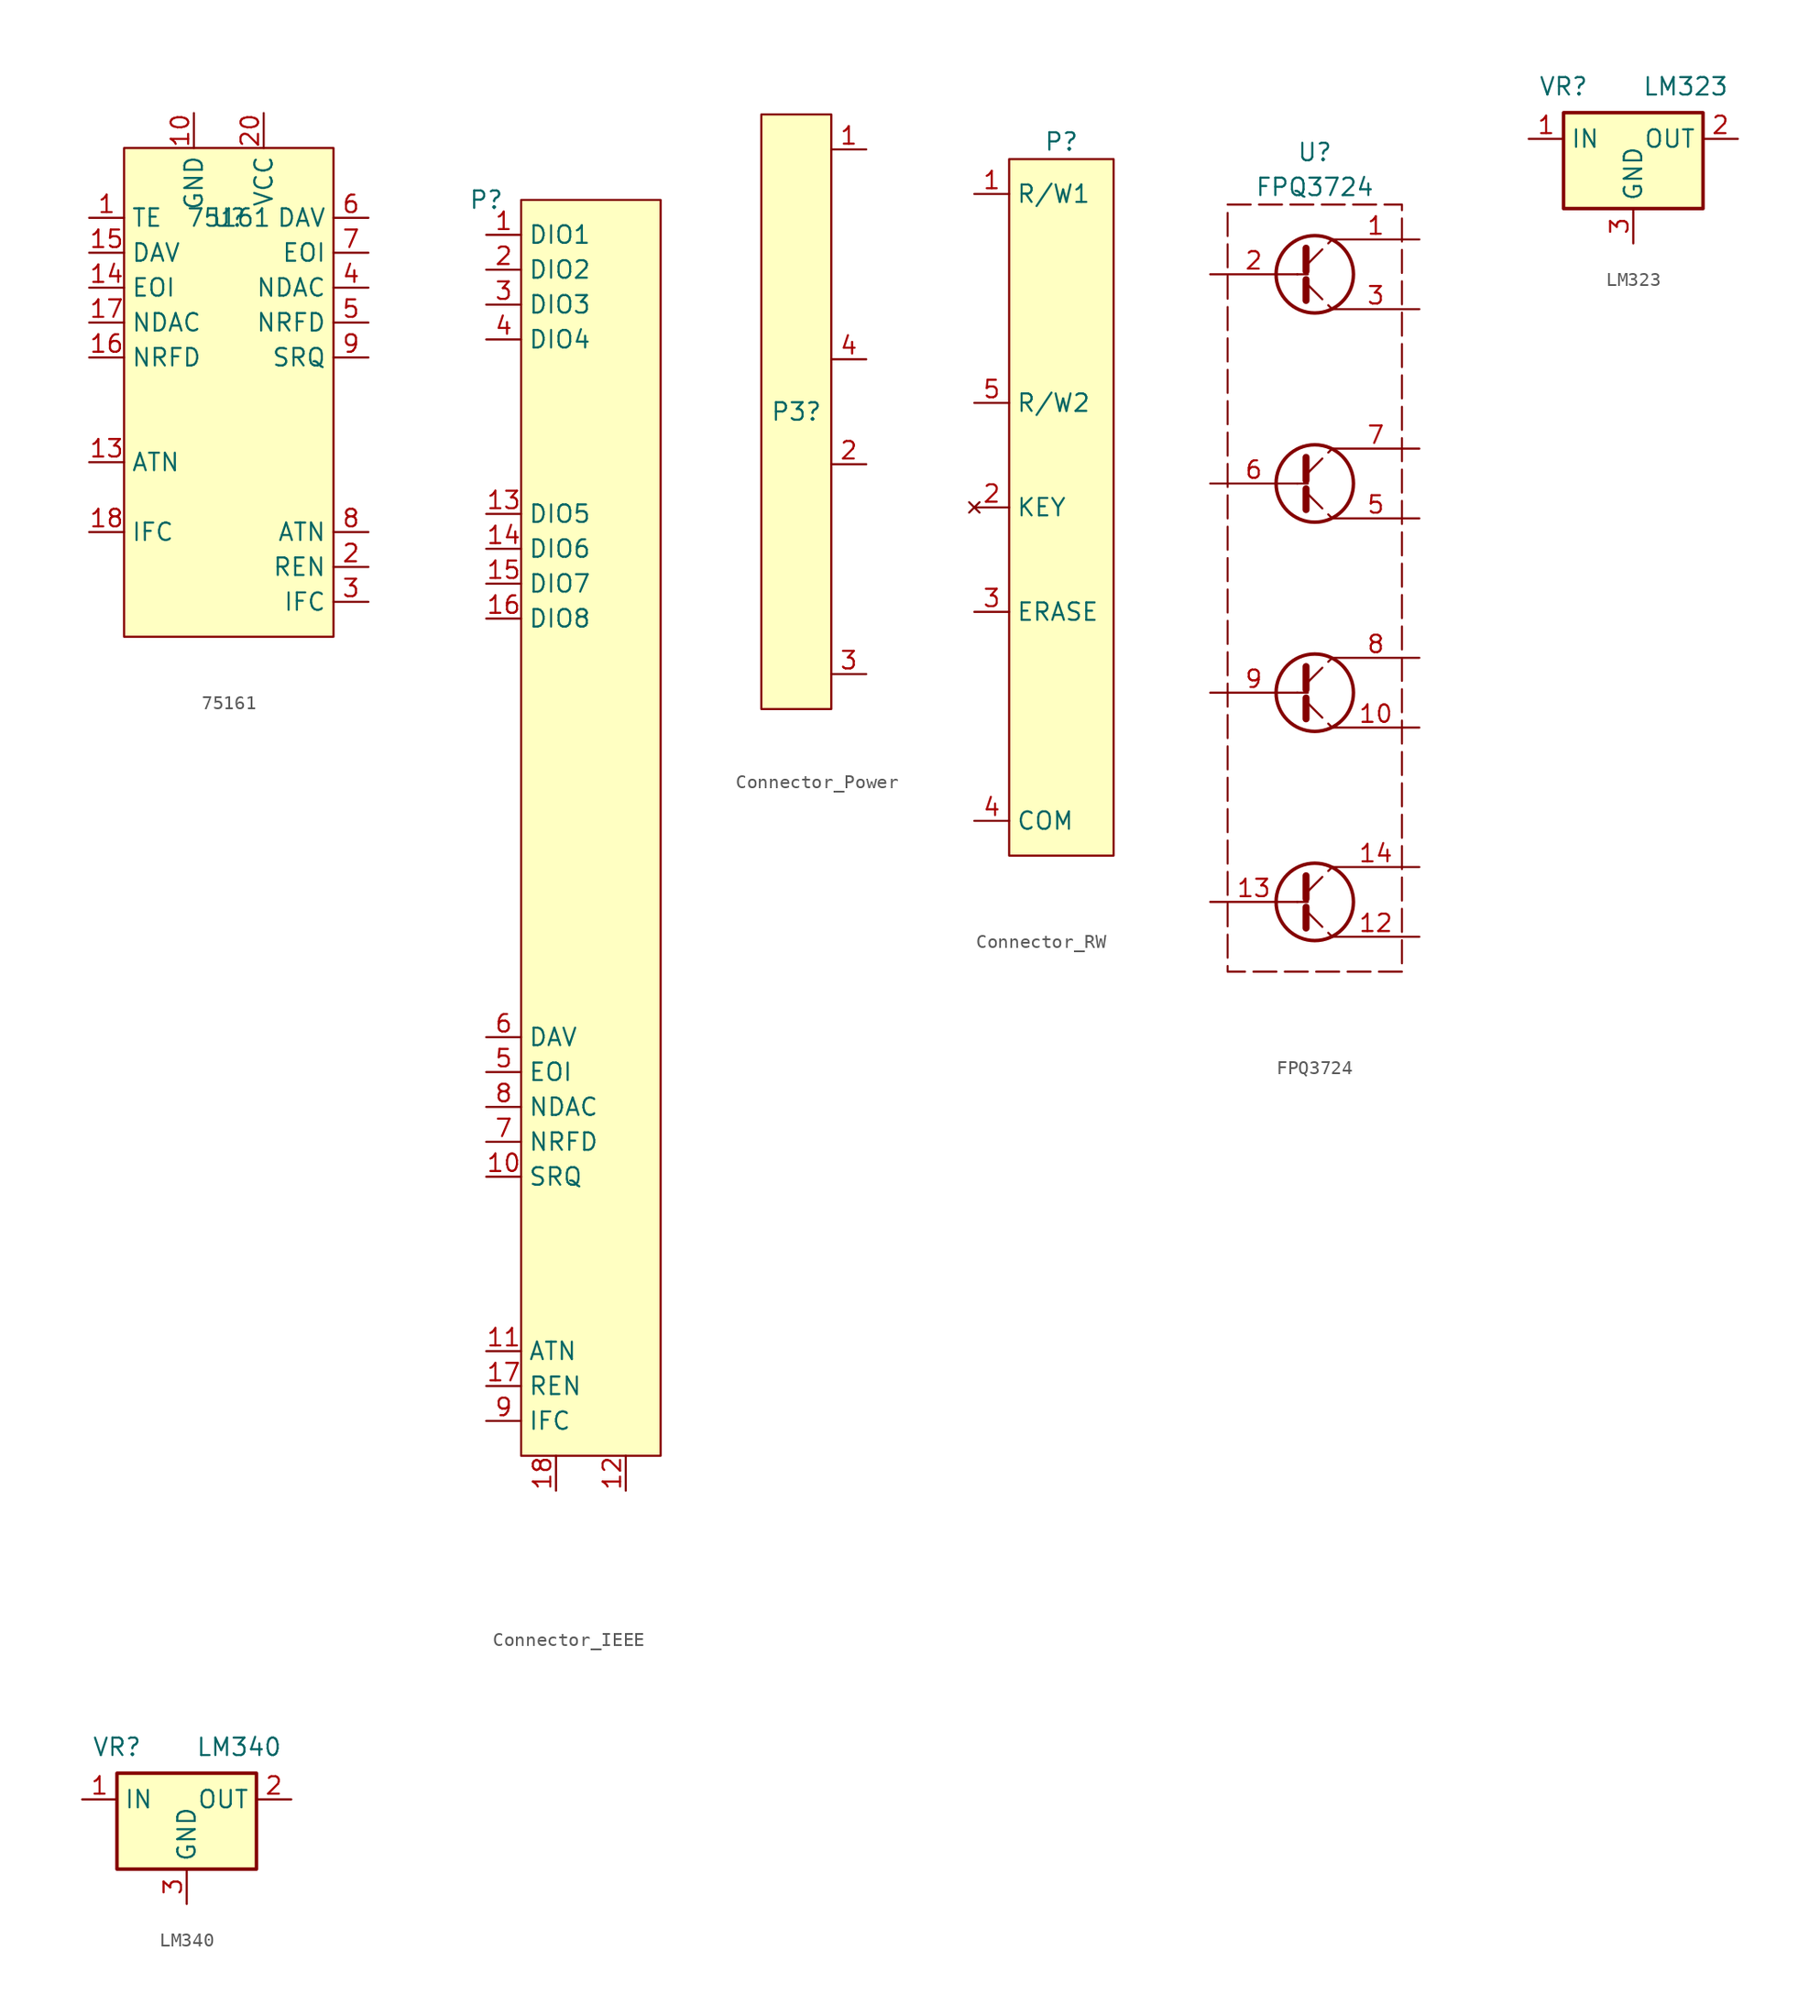
<source format=kicad_sym>
(kicad_symbol_lib
  (version 20220914)
  (generator kicad_symbol_editor)
  (symbol "75161"
    (property "Reference" "U"
      (at 0 12.7 0)
      (effects (font (size 1.27 1.27))))
    (property "Value" "75161"
      (at 0 12.7 0)
      (effects (font (size 1.27 1.27))))
    (symbol "75161_0_1"
      (rectangle (start -7.62 17.78) (end 7.62 -17.78) (stroke (width 0) (type default)) (fill (type background))))
    (symbol "75161_1_1"
      (pin input line (at -10.16 12.7 0) (length 2.54) (name "TE" (effects (font (size 1.27 1.27)))) (number "1" (effects (font (size 1.27 1.27)))))
      (pin power_in line (at -2.54 20.32 270) (length 2.54) (name "GND" (effects (font (size 1.27 1.27)))) (number "10" (effects (font (size 1.27 1.27)))))
      (pin bidirectional line (at -10.16 -5.08 0) (length 2.54) (name "ATN" (effects (font (size 1.27 1.27)))) (number "13" (effects (font (size 1.27 1.27)))))
      (pin bidirectional line (at -10.16 7.62 0) (length 2.54) (name "EOI" (effects (font (size 1.27 1.27)))) (number "14" (effects (font (size 1.27 1.27)))))
      (pin bidirectional line (at -10.16 10.16 0) (length 2.54) (name "DAV" (effects (font (size 1.27 1.27)))) (number "15" (effects (font (size 1.27 1.27)))))
      (pin bidirectional line (at -10.16 2.54 0) (length 2.54) (name "NRFD" (effects (font (size 1.27 1.27)))) (number "16" (effects (font (size 1.27 1.27)))))
      (pin bidirectional line (at -10.16 5.08 0) (length 2.54) (name "NDAC" (effects (font (size 1.27 1.27)))) (number "17" (effects (font (size 1.27 1.27)))))
      (pin bidirectional line (at -10.16 -10.16 0) (length 2.54) (name "IFC" (effects (font (size 1.27 1.27)))) (number "18" (effects (font (size 1.27 1.27)))))
      (pin bidirectional line (at 10.16 -12.7 180) (length 2.54) (name "REN" (effects (font (size 1.27 1.27)))) (number "2" (effects (font (size 1.27 1.27)))))
      (pin power_in line (at 2.54 20.32 270) (length 2.54) (name "VCC" (effects (font (size 1.27 1.27)))) (number "20" (effects (font (size 1.27 1.27)))))
      (pin bidirectional line (at 10.16 -15.24 180) (length 2.54) (name "IFC" (effects (font (size 1.27 1.27)))) (number "3" (effects (font (size 1.27 1.27)))))
      (pin bidirectional line (at 10.16 7.62 180) (length 2.54) (name "NDAC" (effects (font (size 1.27 1.27)))) (number "4" (effects (font (size 1.27 1.27)))))
      (pin bidirectional line (at 10.16 5.08 180) (length 2.54) (name "NRFD" (effects (font (size 1.27 1.27)))) (number "5" (effects (font (size 1.27 1.27)))))
      (pin bidirectional line (at 10.16 12.7 180) (length 2.54) (name "DAV" (effects (font (size 1.27 1.27)))) (number "6" (effects (font (size 1.27 1.27)))))
      (pin bidirectional line (at 10.16 10.16 180) (length 2.54) (name "EOI" (effects (font (size 1.27 1.27)))) (number "7" (effects (font (size 1.27 1.27)))))
      (pin bidirectional line (at 10.16 -10.16 180) (length 2.54) (name "ATN" (effects (font (size 1.27 1.27)))) (number "8" (effects (font (size 1.27 1.27)))))
      (pin bidirectional line (at 10.16 2.54 180) (length 2.54) (name "SRQ" (effects (font (size 1.27 1.27)))) (number "9" (effects (font (size 1.27 1.27)))))))
  (symbol "Connector_IEEE"
    (property "Reference" "P"
      (at 0 0 0)
      (effects (font (size 1.27 1.27))))
    (property "Value" ""
      (at 0 0 0)
      (effects (font (size 1.27 1.27))))
    (symbol "Connector_IEEE_0_1"
      (rectangle (start 2.54 0) (end 12.7 -91.44) (stroke (width 0) (type default)) (fill (type background))))
    (symbol "Connector_IEEE_1_1"
      (pin passive line (at 0 -2.54 0) (length 2.54) (name "DIO1" (effects (font (size 1.27 1.27)))) (number "1" (effects (font (size 1.27 1.27)))))
      (pin passive line (at 0 -71.12 0) (length 2.54) (name "SRQ" (effects (font (size 1.27 1.27)))) (number "10" (effects (font (size 1.27 1.27)))))
      (pin passive line (at 0 -83.82 0) (length 2.54) (name "ATN" (effects (font (size 1.27 1.27)))) (number "11" (effects (font (size 1.27 1.27)))))
      (pin passive line (at 10.16 -93.98 90) (length 2.54) (name "" (effects (font (size 1.27 1.27)))) (number "12" (effects (font (size 1.27 1.27)))))
      (pin passive line (at 0 -22.86 0) (length 2.54) (name "DIO5" (effects (font (size 1.27 1.27)))) (number "13" (effects (font (size 1.27 1.27)))))
      (pin passive line (at 0 -25.4 0) (length 2.54) (name "DIO6" (effects (font (size 1.27 1.27)))) (number "14" (effects (font (size 1.27 1.27)))))
      (pin passive line (at 0 -27.94 0) (length 2.54) (name "DIO7" (effects (font (size 1.27 1.27)))) (number "15" (effects (font (size 1.27 1.27)))))
      (pin passive line (at 0 -30.48 0) (length 2.54) (name "DIO8" (effects (font (size 1.27 1.27)))) (number "16" (effects (font (size 1.27 1.27)))))
      (pin passive line (at 0 -86.36 0) (length 2.54) (name "REN" (effects (font (size 1.27 1.27)))) (number "17" (effects (font (size 1.27 1.27)))))
      (pin passive line (at 5.08 -93.98 90) (length 2.54) (name "" (effects (font (size 1.27 1.27)))) (number "18" (effects (font (size 1.27 1.27)))))
      (pin passive line (at 5.08 -93.98 90) (length 2.54) hide (name "" (effects (font (size 1.27 1.27)))) (number "19" (effects (font (size 1.27 1.27)))))
      (pin passive line (at 0 -5.08 0) (length 2.54) (name "DIO2" (effects (font (size 1.27 1.27)))) (number "2" (effects (font (size 1.27 1.27)))))
      (pin passive line (at 5.08 -93.98 90) (length 2.54) hide (name "" (effects (font (size 1.27 1.27)))) (number "20" (effects (font (size 1.27 1.27)))))
      (pin passive line (at 5.08 -93.98 90) (length 2.54) hide (name "" (effects (font (size 1.27 1.27)))) (number "21" (effects (font (size 1.27 1.27)))))
      (pin passive line (at 5.08 -93.98 90) (length 2.54) hide (name "" (effects (font (size 1.27 1.27)))) (number "23" (effects (font (size 1.27 1.27)))))
      (pin passive line (at 5.08 -93.98 90) (length 2.54) hide (name "" (effects (font (size 1.27 1.27)))) (number "24" (effects (font (size 1.27 1.27)))))
      (pin passive line (at 0 -7.62 0) (length 2.54) (name "DIO3" (effects (font (size 1.27 1.27)))) (number "3" (effects (font (size 1.27 1.27)))))
      (pin passive line (at 0 -10.16 0) (length 2.54) (name "DIO4" (effects (font (size 1.27 1.27)))) (number "4" (effects (font (size 1.27 1.27)))))
      (pin passive line (at 0 -63.5 0) (length 2.54) (name "EOI" (effects (font (size 1.27 1.27)))) (number "5" (effects (font (size 1.27 1.27)))))
      (pin passive line (at 0 -60.96 0) (length 2.54) (name "DAV" (effects (font (size 1.27 1.27)))) (number "6" (effects (font (size 1.27 1.27)))))
      (pin passive line (at 0 -68.58 0) (length 2.54) (name "NRFD" (effects (font (size 1.27 1.27)))) (number "7" (effects (font (size 1.27 1.27)))))
      (pin passive line (at 0 -66.04 0) (length 2.54) (name "NDAC" (effects (font (size 1.27 1.27)))) (number "8" (effects (font (size 1.27 1.27)))))
      (pin passive line (at 0 -88.9 0) (length 2.54) (name "IFC" (effects (font (size 1.27 1.27)))) (number "9" (effects (font (size 1.27 1.27)))))))
  (symbol "Connector_Power"
    (property "Reference" "P3"
      (at 0 0 0)
      (effects (font (size 1.27 1.27))))
    (property "Value" ""
      (at 5.08 13.97 0)
      (effects (font (size 1.27 1.27))))
    (symbol "Connector_Power_0_1"
      (rectangle (start -2.54 21.59) (end 2.54 -21.59) (stroke (width 0) (type default)) (fill (type background))))
    (symbol "Connector_Power_1_1"
      (pin power_out line (at 5.08 19.05 180) (length 2.54) (name "" (effects (font (size 1.27 1.27)))) (number "1" (effects (font (size 1.27 1.27)))))
      (pin power_out line (at 5.08 -3.81 180) (length 2.54) (name "" (effects (font (size 1.27 1.27)))) (number "2" (effects (font (size 1.27 1.27)))))
      (pin power_out line (at 5.08 -19.05 180) (length 2.54) (name "" (effects (font (size 1.27 1.27)))) (number "3" (effects (font (size 1.27 1.27)))))
      (pin power_out line (at 5.08 3.81 180) (length 2.54) (name "" (effects (font (size 1.27 1.27)))) (number "4" (effects (font (size 1.27 1.27)))))))
  (symbol "Connector_RW"
    (property "Reference" "P"
      (at 0 26.67 0)
      (effects (font (size 1.27 1.27))))
    (property "Value" ""
      (at -6.35 22.86 0)
      (effects (font (size 1.27 1.27))))
    (symbol "Connector_RW_0_1"
      (rectangle (start -3.81 25.4) (end 3.81 -25.4) (stroke (width 0) (type default)) (fill (type background))))
    (symbol "Connector_RW_1_1"
      (pin passive line (at -6.35 22.86 0) (length 2.54) (name "R/W1" (effects (font (size 1.27 1.27)))) (number "1" (effects (font (size 1.27 1.27)))))
      (pin no_connect line (at -6.35 0 0) (length 2.54) (name "KEY" (effects (font (size 1.27 1.27)))) (number "2" (effects (font (size 1.27 1.27)))))
      (pin passive line (at -6.35 -7.62 0) (length 2.54) (name "ERASE" (effects (font (size 1.27 1.27)))) (number "3" (effects (font (size 1.27 1.27)))))
      (pin passive line (at -6.35 -22.86 0) (length 2.54) (name "COM" (effects (font (size 1.27 1.27)))) (number "4" (effects (font (size 1.27 1.27)))))
      (pin passive line (at -6.35 7.62 0) (length 2.54) (name "R/W2" (effects (font (size 1.27 1.27)))) (number "5" (effects (font (size 1.27 1.27)))))))
  (symbol "FPQ3724"
    (property "Reference" "U"
      (at 0 31.75 0)
      (effects (font (size 1.27 1.27))))
    (property "Value" "FPQ3724"
      (at 0 29.21 0)
      (effects (font (size 1.27 1.27))))
    (symbol "FPQ3724_0_1"
      (rectangle (start -6.35 27.94) (end 6.35 -27.94) (stroke (width 0) (type dash)) (fill (type none)))
      (circle (center 0 -22.86) (radius 2.819) (stroke (width 0.254) (type default)) (fill (type none)))
      (circle (center 0 -7.62) (radius 2.819) (stroke (width 0.254) (type default)) (fill (type none)))
      (polyline (pts (xy -1.27 -22.86) (xy -0.508 -22.86)) (stroke (width 0) (type default)) (fill (type none)))
      (polyline (pts (xy -1.27 -7.62) (xy -0.508 -7.62)) (stroke (width 0) (type default)) (fill (type none)))
      (polyline (pts (xy -1.27 7.62) (xy -0.508 7.62)) (stroke (width 0) (type default)) (fill (type none)))
      (polyline (pts (xy -1.27 22.86) (xy -0.508 22.86)) (stroke (width 0) (type default)) (fill (type none)))
      (polyline (pts (xy -0.635 -22.225) (xy 1.27 -20.32)) (stroke (width 0) (type default)) (fill (type none)))
      (polyline (pts (xy -0.635 -6.985) (xy 1.27 -5.08)) (stroke (width 0) (type default)) (fill (type none)))
      (polyline (pts (xy -0.635 8.255) (xy 1.27 10.16)) (stroke (width 0) (type default)) (fill (type none)))
      (polyline (pts (xy -0.635 23.495) (xy 1.27 25.4)) (stroke (width 0) (type default)) (fill (type none)))
      (polyline (pts (xy -0.635 -23.495) (xy 1.27 -25.4) (xy 1.27 -25.4)) (stroke (width 0) (type default)) (fill (type none)))
      (polyline (pts (xy -0.635 -20.955) (xy -0.635 -24.765) (xy -0.635 -24.765)) (stroke (width 0.508) (type default)) (fill (type none)))
      (polyline (pts (xy -0.635 -8.255) (xy 1.27 -10.16) (xy 1.27 -10.16)) (stroke (width 0) (type default)) (fill (type none)))
      (polyline (pts (xy -0.635 -5.715) (xy -0.635 -9.525) (xy -0.635 -9.525)) (stroke (width 0.508) (type default)) (fill (type none)))
      (polyline (pts (xy -0.635 6.985) (xy 1.27 5.08) (xy 1.27 5.08)) (stroke (width 0) (type default)) (fill (type none)))
      (polyline (pts (xy -0.635 9.525) (xy -0.635 5.715) (xy -0.635 5.715)) (stroke (width 0.508) (type default)) (fill (type none)))
      (polyline (pts (xy -0.635 22.225) (xy 1.27 20.32) (xy 1.27 20.32)) (stroke (width 0) (type default)) (fill (type none)))
      (polyline (pts (xy -0.635 24.765) (xy -0.635 20.955) (xy -0.635 20.955)) (stroke (width 0.508) (type default)) (fill (type none)))
      (circle (center 0 7.62) (radius 2.819) (stroke (width 0.254) (type default)) (fill (type none)))
      (circle (center 0 22.86) (radius 2.819) (stroke (width 0.254) (type default)) (fill (type none))))
    (symbol "FPQ3724_1_1"
      (pin passive line (at 7.62 25.4 180) (length 6.35) (name "" (effects (font (size 1.27 1.27)))) (number "1" (effects (font (size 1.27 1.27)))))
      (pin passive line (at 7.62 -10.16 180) (length 6.35) (name "" (effects (font (size 1.27 1.27)))) (number "10" (effects (font (size 1.27 1.27)))))
      (pin passive line (at 7.62 -25.4 180) (length 6.35) (name "" (effects (font (size 1.27 1.27)))) (number "12" (effects (font (size 1.27 1.27)))))
      (pin passive line (at -7.62 -22.86 0) (length 6.35) (name "" (effects (font (size 1.27 1.27)))) (number "13" (effects (font (size 1.27 1.27)))))
      (pin passive line (at 7.62 -20.32 180) (length 6.35) (name "" (effects (font (size 1.27 1.27)))) (number "14" (effects (font (size 1.27 1.27)))))
      (pin passive line (at -7.62 22.86 0) (length 6.35) (name "" (effects (font (size 1.27 1.27)))) (number "2" (effects (font (size 1.27 1.27)))))
      (pin passive line (at 7.62 20.32 180) (length 6.35) (name "" (effects (font (size 1.27 1.27)))) (number "3" (effects (font (size 1.27 1.27)))))
      (pin passive line (at 7.62 5.08 180) (length 6.35) (name "" (effects (font (size 1.27 1.27)))) (number "5" (effects (font (size 1.27 1.27)))))
      (pin passive line (at -7.62 7.62 0) (length 6.35) (name "" (effects (font (size 1.27 1.27)))) (number "6" (effects (font (size 1.27 1.27)))))
      (pin passive line (at 7.62 10.16 180) (length 6.35) (name "" (effects (font (size 1.27 1.27)))) (number "7" (effects (font (size 1.27 1.27)))))
      (pin passive line (at 7.62 -5.08 180) (length 6.35) (name "" (effects (font (size 1.27 1.27)))) (number "8" (effects (font (size 1.27 1.27)))))
      (pin passive line (at -7.62 -7.62 0) (length 6.35) (name "" (effects (font (size 1.27 1.27)))) (number "9" (effects (font (size 1.27 1.27)))))))
  (symbol "LM323"
    (property "Reference" "VR"
      (at -5.08 3.81 0)
      (effects (font (size 1.27 1.27))))
    (property "Value" "LM323"
      (at 3.81 3.81 0)
      (effects (font (size 1.27 1.27))))
    (symbol "LM323_0_1"
      (rectangle (start -5.08 1.905) (end 5.08 -5.08) (stroke (width 0.254) (type default)) (fill (type background))))
    (symbol "LM323_1_1"
      (pin power_in line (at -7.62 0 0) (length 2.54) (name "IN" (effects (font (size 1.27 1.27)))) (number "1" (effects (font (size 1.27 1.27)))))
      (pin power_out line (at 7.62 0 180) (length 2.54) (name "OUT" (effects (font (size 1.27 1.27)))) (number "2" (effects (font (size 1.27 1.27)))))
      (pin power_in line (at 0 -7.62 90) (length 2.54) (name "GND" (effects (font (size 1.27 1.27)))) (number "3" (effects (font (size 1.27 1.27)))))))
  (symbol "LM340"
    (property "Reference" "VR"
      (at -5.08 3.81 0)
      (effects (font (size 1.27 1.27))))
    (property "Value" "LM340"
      (at 3.81 3.81 0)
      (effects (font (size 1.27 1.27))))
    (symbol "LM340_0_1"
      (rectangle (start -5.08 1.905) (end 5.08 -5.08) (stroke (width 0.254) (type default)) (fill (type background))))
    (symbol "LM340_1_1"
      (pin power_in line (at -7.62 0 0) (length 2.54) (name "IN" (effects (font (size 1.27 1.27)))) (number "1" (effects (font (size 1.27 1.27)))))
      (pin power_out line (at 7.62 0 180) (length 2.54) (name "OUT" (effects (font (size 1.27 1.27)))) (number "2" (effects (font (size 1.27 1.27)))))
      (pin power_in line (at 0 -7.62 90) (length 2.54) (name "GND" (effects (font (size 1.27 1.27)))) (number "3" (effects (font (size 1.27 1.27))))))))
</source>
